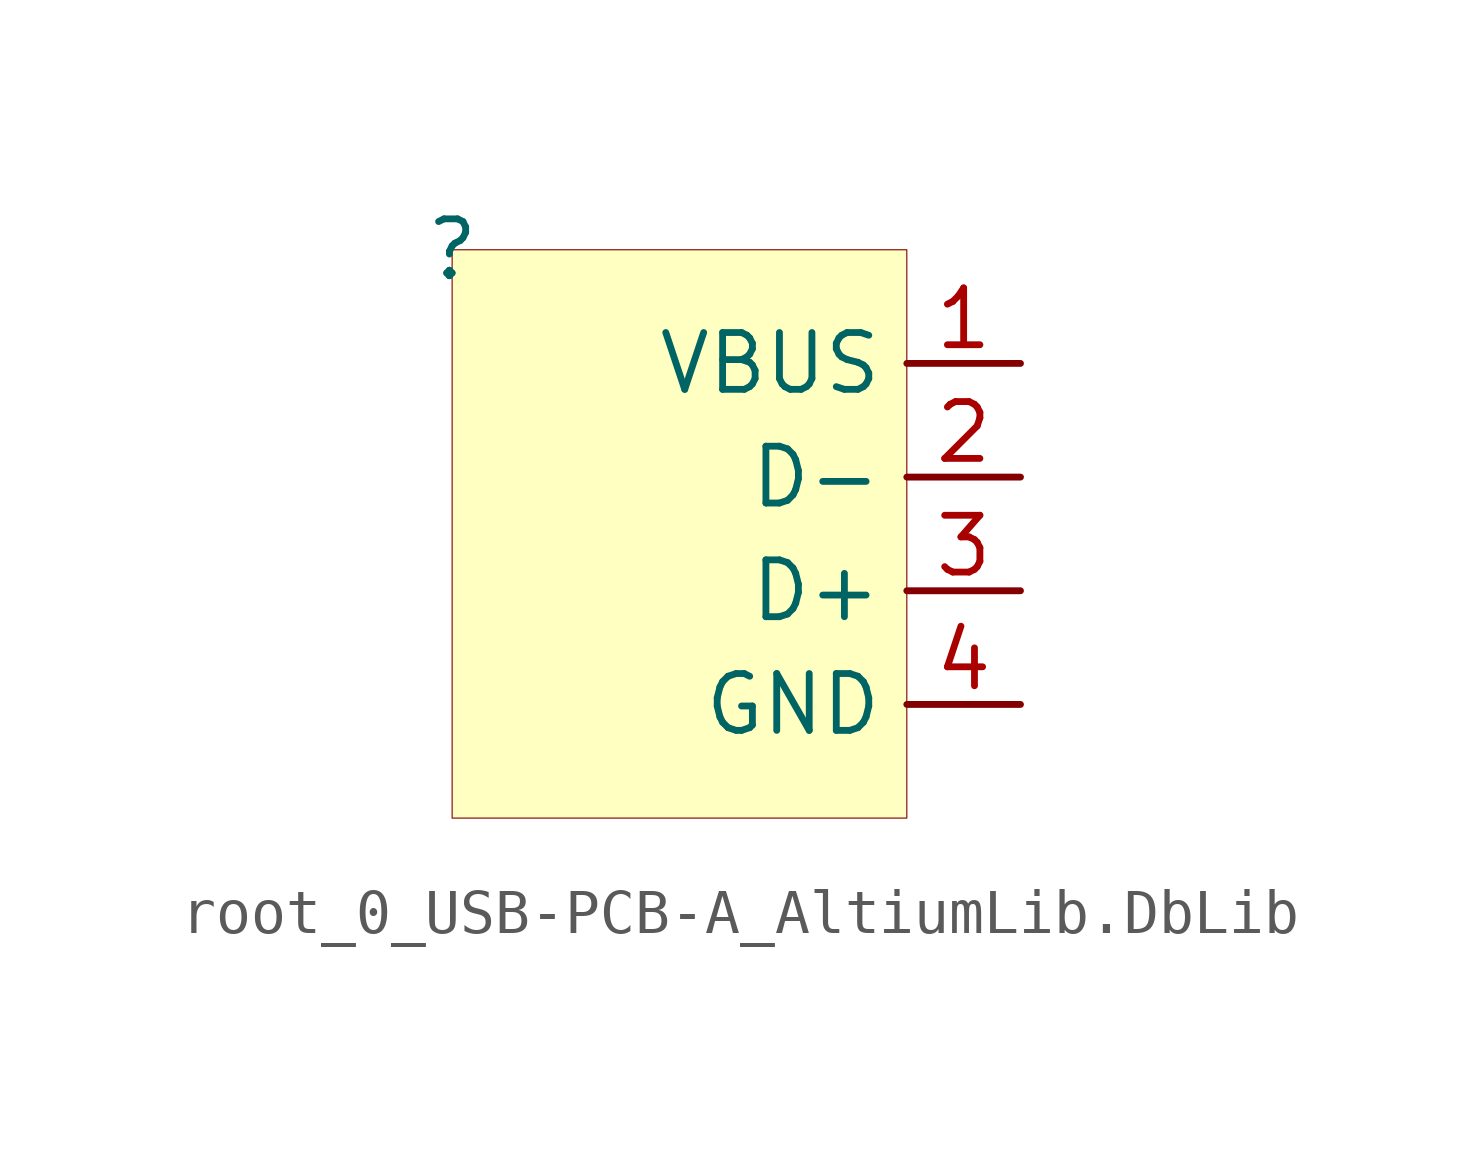
<source format=kicad_sym>
(kicad_symbol_lib
  (version 20241209)
  (generator "kicad_symbol_editor")
  (generator_version "9.0")
  (symbol "root_0_USB-PCB-A_AltiumLib.DbLib"
    (property "Reference" ""
      (at 0 0 0)
      (effects (font (size 1.27 1.27))))
    (property "Value" ""
      (at 0 0 0)
      (effects (font (size 1.27 1.27))))
    (symbol "root_0_USB-PCB-A_AltiumLib.DbLib_1_0"
      (rectangle (start 10.16 0) (end 0 -12.7) (stroke (width 0.025) (type solid) (color 128 0 0 1)) (fill (type background)))
      (pin passive line (at 12.7 -2.54 180) (length 2.54) (name "VBUS" (effects (font (size 1.27 1.27)))) (number "1" (effects (font (size 1.27 1.27)))))
      (pin passive line (at 12.7 -5.08 180) (length 2.54) (name "D-" (effects (font (size 1.27 1.27)))) (number "2" (effects (font (size 1.27 1.27)))))
      (pin passive line (at 12.7 -7.62 180) (length 2.54) (name "D+" (effects (font (size 1.27 1.27)))) (number "3" (effects (font (size 1.27 1.27)))))
      (pin passive line (at 12.7 -10.16 180) (length 2.54) (name "GND" (effects (font (size 1.27 1.27)))) (number "4" (effects (font (size 1.27 1.27))))))))
</source>
